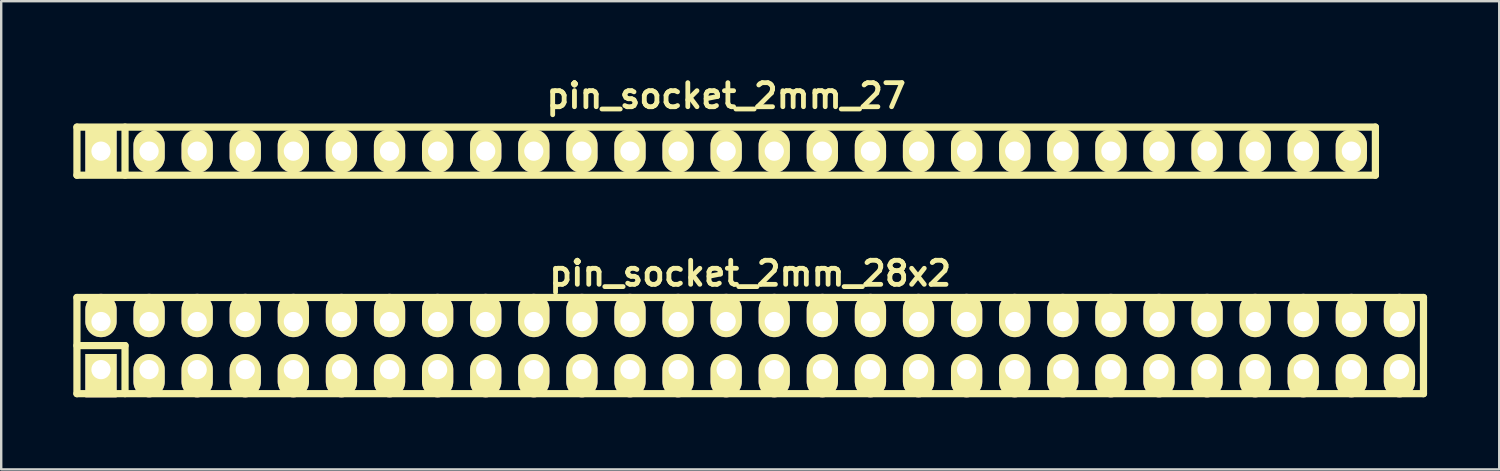
<source format=kicad_pcb>
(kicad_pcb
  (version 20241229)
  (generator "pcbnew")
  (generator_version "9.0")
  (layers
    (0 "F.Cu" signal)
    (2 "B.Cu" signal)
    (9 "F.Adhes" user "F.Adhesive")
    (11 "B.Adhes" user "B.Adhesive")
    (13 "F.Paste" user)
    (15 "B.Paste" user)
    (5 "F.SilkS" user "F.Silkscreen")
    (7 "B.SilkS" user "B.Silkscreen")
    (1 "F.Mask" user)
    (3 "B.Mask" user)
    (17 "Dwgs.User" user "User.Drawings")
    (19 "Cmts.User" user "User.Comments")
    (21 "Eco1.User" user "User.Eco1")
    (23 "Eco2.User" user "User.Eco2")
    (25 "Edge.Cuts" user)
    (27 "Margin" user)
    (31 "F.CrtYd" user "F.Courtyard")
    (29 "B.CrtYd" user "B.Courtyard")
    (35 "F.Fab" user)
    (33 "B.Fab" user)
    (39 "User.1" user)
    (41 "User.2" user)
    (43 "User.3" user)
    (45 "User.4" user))
  (footprint "pin_socket_2mm_28x2"
    (layer "F.Cu")
    (at 28.15 11.322)
    (property "Reference" "pin_socket_2mm_28x2" (at 0 -3 0) (layer "F.SilkS") (effects (font (size 1 1) (thickness 0.2))))
    (attr through_hole)
    (fp_line (start -28 -2) (end 28 -2) (stroke (width 0.3) (type solid)) (layer "F.SilkS"))
    (fp_line (start -28 0) (end -26 0) (stroke (width 0.3) (type solid)) (layer "F.SilkS"))
    (fp_line (start -28 2) (end -28 -2) (stroke (width 0.3) (type solid)) (layer "F.SilkS"))
    (fp_line (start -26 0) (end -26 2) (stroke (width 0.3) (type solid)) (layer "F.SilkS"))
    (fp_line (start 28 -2) (end 28 2) (stroke (width 0.3) (type solid)) (layer "F.SilkS"))
    (fp_line (start 28 2) (end -28 2) (stroke (width 0.3) (type solid)) (layer "F.SilkS"))
    (pad "1" thru_hole rect (at -27 1) (size 1.3 1.8) (drill 0.8 (offset 0 0.25)) (layers "*.Cu" "*.Mask" "F.SilkS"))
    (pad "2" thru_hole oval (at -27 -1) (size 1.3 1.8) (drill 0.8 (offset 0 -0.25)) (layers "*.Cu" "*.Mask" "F.SilkS"))
    (pad "3" thru_hole oval (at -25 1) (size 1.3 1.8) (drill 0.8 (offset 0 0.25)) (layers "*.Cu" "*.Mask" "F.SilkS"))
    (pad "4" thru_hole oval (at -25 -1) (size 1.3 1.8) (drill 0.8 (offset 0 -0.25)) (layers "*.Cu" "*.Mask" "F.SilkS"))
    (pad "5" thru_hole oval (at -23 1) (size 1.3 1.8) (drill 0.8 (offset 0 0.25)) (layers "*.Cu" "*.Mask" "F.SilkS"))
    (pad "6" thru_hole oval (at -23 -1) (size 1.3 1.8) (drill 0.8 (offset 0 -0.25)) (layers "*.Cu" "*.Mask" "F.SilkS"))
    (pad "7" thru_hole oval (at -21 1) (size 1.3 1.8) (drill 0.8 (offset 0 0.25)) (layers "*.Cu" "*.Mask" "F.SilkS"))
    (pad "8" thru_hole oval (at -21 -1) (size 1.3 1.8) (drill 0.8 (offset 0 -0.25)) (layers "*.Cu" "*.Mask" "F.SilkS"))
    (pad "9" thru_hole oval (at -19 1) (size 1.3 1.8) (drill 0.8 (offset 0 0.25)) (layers "*.Cu" "*.Mask" "F.SilkS"))
    (pad "10" thru_hole oval (at -19 -1) (size 1.3 1.8) (drill 0.8 (offset 0 -0.25)) (layers "*.Cu" "*.Mask" "F.SilkS"))
    (pad "11" thru_hole oval (at -17 1) (size 1.3 1.8) (drill 0.8 (offset 0 0.25)) (layers "*.Cu" "*.Mask" "F.SilkS"))
    (pad "12" thru_hole oval (at -17 -1) (size 1.3 1.8) (drill 0.8 (offset 0 -0.25)) (layers "*.Cu" "*.Mask" "F.SilkS"))
    (pad "13" thru_hole oval (at -15 1) (size 1.3 1.8) (drill 0.8 (offset 0 0.25)) (layers "*.Cu" "*.Mask" "F.SilkS"))
    (pad "14" thru_hole oval (at -15 -1) (size 1.3 1.8) (drill 0.8 (offset 0 -0.25)) (layers "*.Cu" "*.Mask" "F.SilkS"))
    (pad "15" thru_hole oval (at -13 1) (size 1.3 1.8) (drill 0.8 (offset 0 0.25)) (layers "*.Cu" "*.Mask" "F.SilkS"))
    (pad "16" thru_hole oval (at -13 -1) (size 1.3 1.8) (drill 0.8 (offset 0 -0.25)) (layers "*.Cu" "*.Mask" "F.SilkS"))
    (pad "17" thru_hole oval (at -11 1) (size 1.3 1.8) (drill 0.8 (offset 0 0.25)) (layers "*.Cu" "*.Mask" "F.SilkS"))
    (pad "18" thru_hole oval (at -11 -1) (size 1.3 1.8) (drill 0.8 (offset 0 -0.25)) (layers "*.Cu" "*.Mask" "F.SilkS"))
    (pad "19" thru_hole oval (at -9 1) (size 1.3 1.8) (drill 0.8 (offset 0 0.25)) (layers "*.Cu" "*.Mask" "F.SilkS"))
    (pad "20" thru_hole oval (at -9 -1) (size 1.3 1.8) (drill 0.8 (offset 0 -0.25)) (layers "*.Cu" "*.Mask" "F.SilkS"))
    (pad "21" thru_hole oval (at -7 1) (size 1.3 1.8) (drill 0.8 (offset 0 0.25)) (layers "*.Cu" "*.Mask" "F.SilkS"))
    (pad "22" thru_hole oval (at -7 -1) (size 1.3 1.8) (drill 0.8 (offset 0 -0.25)) (layers "*.Cu" "*.Mask" "F.SilkS"))
    (pad "23" thru_hole oval (at -5 1) (size 1.3 1.8) (drill 0.8 (offset 0 0.25)) (layers "*.Cu" "*.Mask" "F.SilkS"))
    (pad "24" thru_hole oval (at -5 -1) (size 1.3 1.8) (drill 0.8 (offset 0 -0.25)) (layers "*.Cu" "*.Mask" "F.SilkS"))
    (pad "25" thru_hole oval (at -3 1) (size 1.3 1.8) (drill 0.8 (offset 0 0.25)) (layers "*.Cu" "*.Mask" "F.SilkS"))
    (pad "26" thru_hole oval (at -3 -1) (size 1.3 1.8) (drill 0.8 (offset 0 -0.25)) (layers "*.Cu" "*.Mask" "F.SilkS"))
    (pad "27" thru_hole oval (at -1 1) (size 1.3 1.8) (drill 0.8 (offset 0 0.25)) (layers "*.Cu" "*.Mask" "F.SilkS"))
    (pad "28" thru_hole oval (at -1 -1) (size 1.3 1.8) (drill 0.8 (offset 0 -0.25)) (layers "*.Cu" "*.Mask" "F.SilkS"))
    (pad "29" thru_hole oval (at 1 1) (size 1.3 1.8) (drill 0.8 (offset 0 0.25)) (layers "*.Cu" "*.Mask" "F.SilkS"))
    (pad "30" thru_hole oval (at 1 -1) (size 1.3 1.8) (drill 0.8 (offset 0 -0.25)) (layers "*.Cu" "*.Mask" "F.SilkS"))
    (pad "31" thru_hole oval (at 3 1) (size 1.3 1.8) (drill 0.8 (offset 0 0.25)) (layers "*.Cu" "*.Mask" "F.SilkS"))
    (pad "32" thru_hole oval (at 3 -1) (size 1.3 1.8) (drill 0.8 (offset 0 -0.25)) (layers "*.Cu" "*.Mask" "F.SilkS"))
    (pad "33" thru_hole oval (at 5 1) (size 1.3 1.8) (drill 0.8 (offset 0 0.25)) (layers "*.Cu" "*.Mask" "F.SilkS"))
    (pad "34" thru_hole oval (at 5 -1) (size 1.3 1.8) (drill 0.8 (offset 0 -0.25)) (layers "*.Cu" "*.Mask" "F.SilkS"))
    (pad "35" thru_hole oval (at 7 1) (size 1.3 1.8) (drill 0.8 (offset 0 0.25)) (layers "*.Cu" "*.Mask" "F.SilkS"))
    (pad "36" thru_hole oval (at 7 -1) (size 1.3 1.8) (drill 0.8 (offset 0 -0.25)) (layers "*.Cu" "*.Mask" "F.SilkS"))
    (pad "37" thru_hole oval (at 9 1) (size 1.3 1.8) (drill 0.8 (offset 0 0.25)) (layers "*.Cu" "*.Mask" "F.SilkS"))
    (pad "38" thru_hole oval (at 9 -1) (size 1.3 1.8) (drill 0.8 (offset 0 -0.25)) (layers "*.Cu" "*.Mask" "F.SilkS"))
    (pad "39" thru_hole oval (at 11 1) (size 1.3 1.8) (drill 0.8 (offset 0 0.25)) (layers "*.Cu" "*.Mask" "F.SilkS"))
    (pad "40" thru_hole oval (at 11 -1) (size 1.3 1.8) (drill 0.8 (offset 0 -0.25)) (layers "*.Cu" "*.Mask" "F.SilkS"))
    (pad "41" thru_hole oval (at 13 1) (size 1.3 1.8) (drill 0.8 (offset 0 0.25)) (layers "*.Cu" "*.Mask" "F.SilkS"))
    (pad "42" thru_hole oval (at 13 -1) (size 1.3 1.8) (drill 0.8 (offset 0 -0.25)) (layers "*.Cu" "*.Mask" "F.SilkS"))
    (pad "43" thru_hole oval (at 15 1) (size 1.3 1.8) (drill 0.8 (offset 0 0.25)) (layers "*.Cu" "*.Mask" "F.SilkS"))
    (pad "44" thru_hole oval (at 15 -1) (size 1.3 1.8) (drill 0.8 (offset 0 -0.25)) (layers "*.Cu" "*.Mask" "F.SilkS"))
    (pad "45" thru_hole oval (at 17 1) (size 1.3 1.8) (drill 0.8 (offset 0 0.25)) (layers "*.Cu" "*.Mask" "F.SilkS"))
    (pad "46" thru_hole oval (at 17 -1) (size 1.3 1.8) (drill 0.8 (offset 0 -0.25)) (layers "*.Cu" "*.Mask" "F.SilkS"))
    (pad "47" thru_hole oval (at 19 1) (size 1.3 1.8) (drill 0.8 (offset 0 0.25)) (layers "*.Cu" "*.Mask" "F.SilkS"))
    (pad "48" thru_hole oval (at 19 -1) (size 1.3 1.8) (drill 0.8 (offset 0 -0.25)) (layers "*.Cu" "*.Mask" "F.SilkS"))
    (pad "49" thru_hole oval (at 21 1) (size 1.3 1.8) (drill 0.8 (offset 0 0.25)) (layers "*.Cu" "*.Mask" "F.SilkS"))
    (pad "50" thru_hole oval (at 21 -1) (size 1.3 1.8) (drill 0.8 (offset 0 -0.25)) (layers "*.Cu" "*.Mask" "F.SilkS"))
    (pad "51" thru_hole oval (at 23 1) (size 1.3 1.8) (drill 0.8 (offset 0 0.25)) (layers "*.Cu" "*.Mask" "F.SilkS"))
    (pad "52" thru_hole oval (at 23 -1) (size 1.3 1.8) (drill 0.8 (offset 0 -0.25)) (layers "*.Cu" "*.Mask" "F.SilkS"))
    (pad "53" thru_hole oval (at 25 1) (size 1.3 1.8) (drill 0.8 (offset 0 0.25)) (layers "*.Cu" "*.Mask" "F.SilkS"))
    (pad "54" thru_hole oval (at 25 -1) (size 1.3 1.8) (drill 0.8 (offset 0 -0.25)) (layers "*.Cu" "*.Mask" "F.SilkS"))
    (pad "55" thru_hole oval (at 27 1) (size 1.3 1.8) (drill 0.8 (offset 0 0.25)) (layers "*.Cu" "*.Mask" "F.SilkS"))
    (pad "56" thru_hole oval (at 27 -1) (size 1.3 1.8) (drill 0.8 (offset 0 -0.25)) (layers "*.Cu" "*.Mask" "F.SilkS")))
  (footprint "pin_socket_2mm_27"
    (layer "F.Cu")
    (at 27.15 3.236)
    (property "Reference" "pin_socket_2mm_27" (at 0 -2.3 0) (layer "F.SilkS") (effects (font (size 1 1) (thickness 0.2))))
    (attr through_hole)
    (fp_line (start -27 -1) (end 27 -1) (stroke (width 0.3) (type solid)) (layer "F.SilkS"))
    (fp_line (start -27 1) (end -27 -1) (stroke (width 0.3) (type solid)) (layer "F.SilkS"))
    (fp_line (start -25 -1) (end -25 1) (stroke (width 0.3) (type solid)) (layer "F.SilkS"))
    (fp_line (start 27 -1) (end 27 1) (stroke (width 0.3) (type solid)) (layer "F.SilkS"))
    (fp_line (start 27 1) (end -27 1) (stroke (width 0.3) (type solid)) (layer "F.SilkS"))
    (pad "1" thru_hole rect (at -26 0) (size 1.3 1.8) (drill 0.8) (layers "*.Cu" "*.Mask" "F.SilkS"))
    (pad "2" thru_hole oval (at -24 0) (size 1.3 1.8) (drill 0.8) (layers "*.Cu" "*.Mask" "F.SilkS"))
    (pad "3" thru_hole oval (at -22 0) (size 1.3 1.8) (drill 0.8) (layers "*.Cu" "*.Mask" "F.SilkS"))
    (pad "4" thru_hole oval (at -20 0) (size 1.3 1.8) (drill 0.8) (layers "*.Cu" "*.Mask" "F.SilkS"))
    (pad "5" thru_hole oval (at -18 0) (size 1.3 1.8) (drill 0.8) (layers "*.Cu" "*.Mask" "F.SilkS"))
    (pad "6" thru_hole oval (at -16 0) (size 1.3 1.8) (drill 0.8) (layers "*.Cu" "*.Mask" "F.SilkS"))
    (pad "7" thru_hole oval (at -14 0) (size 1.3 1.8) (drill 0.8) (layers "*.Cu" "*.Mask" "F.SilkS"))
    (pad "8" thru_hole oval (at -12 0) (size 1.3 1.8) (drill 0.8) (layers "*.Cu" "*.Mask" "F.SilkS"))
    (pad "9" thru_hole oval (at -10 0) (size 1.3 1.8) (drill 0.8) (layers "*.Cu" "*.Mask" "F.SilkS"))
    (pad "10" thru_hole oval (at -8 0) (size 1.3 1.8) (drill 0.8) (layers "*.Cu" "*.Mask" "F.SilkS"))
    (pad "11" thru_hole oval (at -6 0) (size 1.3 1.8) (drill 0.8) (layers "*.Cu" "*.Mask" "F.SilkS"))
    (pad "12" thru_hole oval (at -4 0) (size 1.3 1.8) (drill 0.8) (layers "*.Cu" "*.Mask" "F.SilkS"))
    (pad "13" thru_hole oval (at -2 0) (size 1.3 1.8) (drill 0.8) (layers "*.Cu" "*.Mask" "F.SilkS"))
    (pad "14" thru_hole oval (at 0 0) (size 1.3 1.8) (drill 0.8) (layers "*.Cu" "*.Mask" "F.SilkS"))
    (pad "15" thru_hole oval (at 2 0) (size 1.3 1.8) (drill 0.8) (layers "*.Cu" "*.Mask" "F.SilkS"))
    (pad "16" thru_hole oval (at 4 0) (size 1.3 1.8) (drill 0.8) (layers "*.Cu" "*.Mask" "F.SilkS"))
    (pad "17" thru_hole oval (at 6 0) (size 1.3 1.8) (drill 0.8) (layers "*.Cu" "*.Mask" "F.SilkS"))
    (pad "18" thru_hole oval (at 8 0) (size 1.3 1.8) (drill 0.8) (layers "*.Cu" "*.Mask" "F.SilkS"))
    (pad "19" thru_hole oval (at 10 0) (size 1.3 1.8) (drill 0.8) (layers "*.Cu" "*.Mask" "F.SilkS"))
    (pad "20" thru_hole oval (at 12 0) (size 1.3 1.8) (drill 0.8) (layers "*.Cu" "*.Mask" "F.SilkS"))
    (pad "21" thru_hole oval (at 14 0) (size 1.3 1.8) (drill 0.8) (layers "*.Cu" "*.Mask" "F.SilkS"))
    (pad "22" thru_hole oval (at 16 0) (size 1.3 1.8) (drill 0.8) (layers "*.Cu" "*.Mask" "F.SilkS"))
    (pad "23" thru_hole oval (at 18 0) (size 1.3 1.8) (drill 0.8) (layers "*.Cu" "*.Mask" "F.SilkS"))
    (pad "24" thru_hole oval (at 20 0) (size 1.3 1.8) (drill 0.8) (layers "*.Cu" "*.Mask" "F.SilkS"))
    (pad "25" thru_hole oval (at 22 0) (size 1.3 1.8) (drill 0.8) (layers "*.Cu" "*.Mask" "F.SilkS"))
    (pad "26" thru_hole oval (at 24 0) (size 1.3 1.8) (drill 0.8) (layers "*.Cu" "*.Mask" "F.SilkS"))
    (pad "27" thru_hole oval (at 26 0) (size 1.3 1.8) (drill 0.8) (layers "*.Cu" "*.Mask" "F.SilkS")))
  (gr_rect
    (start -3 -3)
    (end 59.3 16.472)
    (stroke (width 0.1) (type default))
    (fill no)
    (layer "Edge.Cuts")))
</source>
